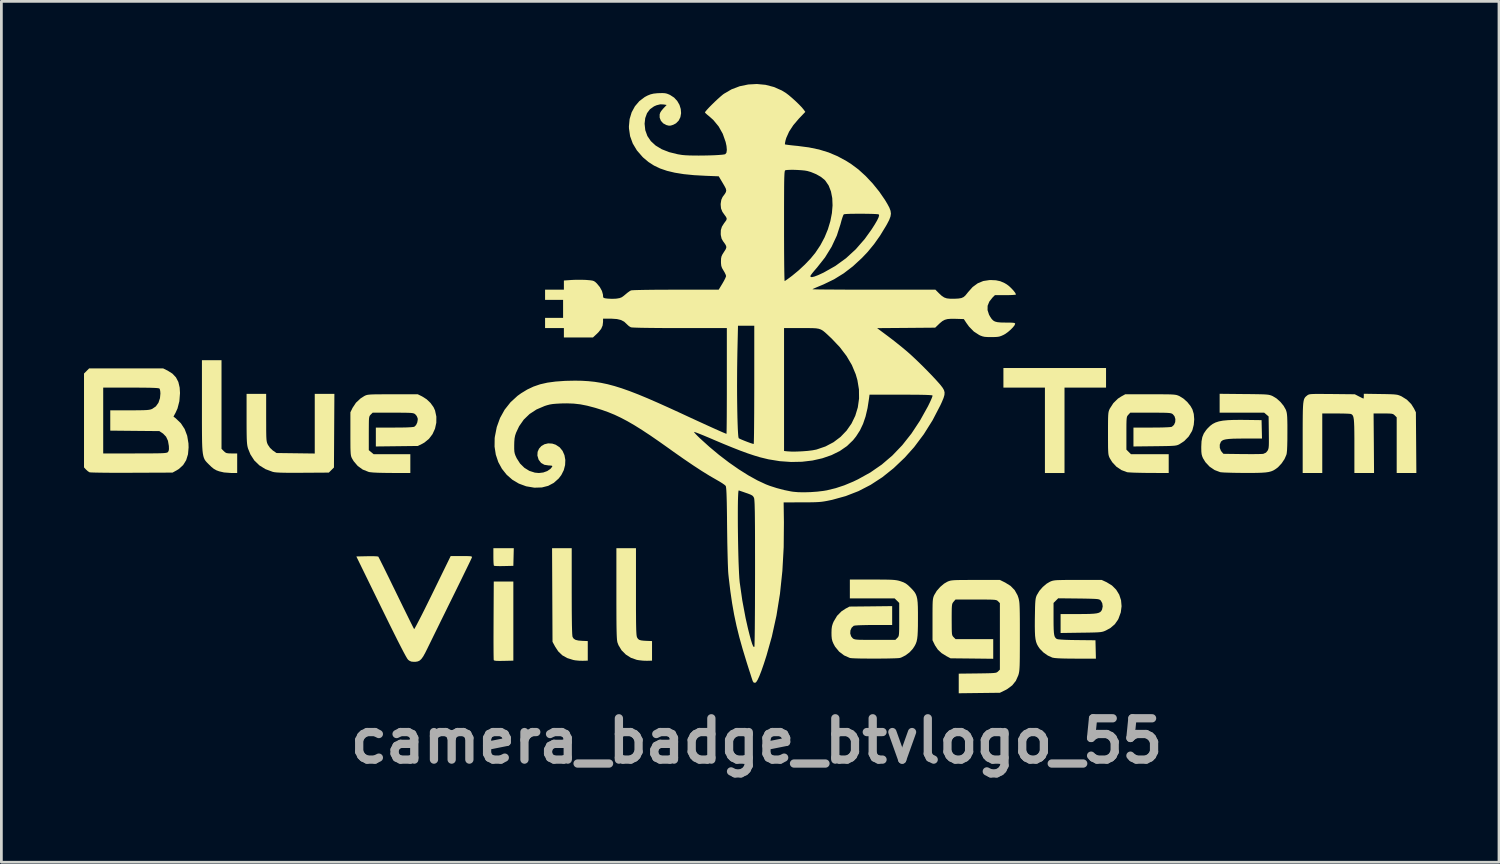
<source format=kicad_pcb>
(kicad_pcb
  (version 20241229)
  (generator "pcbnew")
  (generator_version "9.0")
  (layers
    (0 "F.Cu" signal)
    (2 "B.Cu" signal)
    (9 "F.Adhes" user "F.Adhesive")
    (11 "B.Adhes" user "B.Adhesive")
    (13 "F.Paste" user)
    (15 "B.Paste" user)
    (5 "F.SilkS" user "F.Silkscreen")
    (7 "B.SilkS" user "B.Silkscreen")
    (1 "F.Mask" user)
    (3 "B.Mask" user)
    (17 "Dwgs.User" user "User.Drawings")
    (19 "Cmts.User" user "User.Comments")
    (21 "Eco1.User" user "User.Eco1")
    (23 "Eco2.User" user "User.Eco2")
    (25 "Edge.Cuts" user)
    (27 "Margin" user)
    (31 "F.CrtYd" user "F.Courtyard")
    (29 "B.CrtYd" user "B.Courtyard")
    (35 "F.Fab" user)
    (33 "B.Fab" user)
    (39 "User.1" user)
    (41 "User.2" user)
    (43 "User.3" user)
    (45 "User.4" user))
  (footprint "camera_badge_btvlogo_55"
    (layer "F.Cu")
    (at 24.419 11.449)
    (property "Reference" "camera_badge_btvlogo_55" (at 0 12.4 0) (layer "F.Fab") (effects (font (size 1.5 1.5) (thickness 0.3))))
    (attr board_only exclude_from_pos_files exclude_from_bom)
    (fp_poly (pts (xy -8.824 5.724) (xy -8.832 6.044) (xy -9.175 6.052) (xy -9.309 6.054) (xy -9.422 6.052) (xy -9.502 6.047) (xy -9.537 6.04) (xy -9.537 6.04) (xy -9.545 6.005) (xy -9.552 5.926) (xy -9.556 5.815) (xy -9.557 5.712) (xy -9.557 5.404) (xy -9.186 5.404) (xy -8.816 5.404)) (stroke (width 0) (type solid)) (fill yes) (layer "F.SilkS"))
    (fp_poly (pts (xy 12.686 -0.782) (xy 12.686 -0.427) (xy 11.932 -0.427) (xy 11.178 -0.427) (xy 11.178 1.124) (xy 11.178 2.674) (xy 10.823 2.674) (xy 10.467 2.674) (xy 10.467 1.124) (xy 10.467 -0.427) (xy 9.713 -0.427) (xy 8.96 -0.427) (xy 8.96 -0.782) (xy 8.96 -1.138) (xy 10.823 -1.138) (xy 12.686 -1.138)) (stroke (width 0) (type solid)) (fill yes) (layer "F.SilkS"))
    (fp_poly (pts (xy -8.832 8.049) (xy -8.832 9.486) (xy -9.181 9.494) (xy -9.338 9.496) (xy -9.445 9.493) (xy -9.51 9.485) (xy -9.54 9.471) (xy -9.544 9.465) (xy -9.546 9.431) (xy -9.548 9.344) (xy -9.55 9.213) (xy -9.551 9.041) (xy -9.552 8.834) (xy -9.552 8.599) (xy -9.551 8.34) (xy -9.55 8.064) (xy -9.55 8.021) (xy -9.543 6.613) (xy -9.187 6.613) (xy -8.832 6.613)) (stroke (width 0) (type solid)) (fill yes) (layer "F.SilkS"))
    (fp_poly (pts (xy -6.713 6.982) (xy -6.712 7.369) (xy -6.711 7.701) (xy -6.708 7.98) (xy -6.705 8.207) (xy -6.7 8.384) (xy -6.695 8.512) (xy -6.688 8.593) (xy -6.681 8.628) (xy -6.638 8.691) (xy -6.571 8.732) (xy -6.469 8.756) (xy -6.329 8.767) (xy -6.13 8.775) (xy -6.13 9.13) (xy -6.13 9.486) (xy -6.314 9.491) (xy -6.444 9.488) (xy -6.58 9.475) (xy -6.656 9.461) (xy -6.877 9.392) (xy -7.056 9.291) (xy -7.201 9.151) (xy -7.312 8.983) (xy -7.41 8.803) (xy -7.418 7.104) (xy -7.426 5.404) (xy -7.069 5.404) (xy -6.713 5.404)) (stroke (width 0) (type solid)) (fill yes) (layer "F.SilkS"))
    (fp_poly (pts (xy -19.427 0.187) (xy -19.427 1.796) (xy -19.344 1.879) (xy -19.294 1.924) (xy -19.246 1.949) (xy -19.179 1.96) (xy -19.075 1.963) (xy -19.059 1.963) (xy -18.858 1.963) (xy -18.858 2.318) (xy -18.858 2.674) (xy -19.093 2.672) (xy -19.338 2.653) (xy -19.51 2.613) (xy -19.616 2.574) (xy -19.703 2.525) (xy -19.792 2.453) (xy -19.87 2.378) (xy -19.923 2.325) (xy -19.969 2.278) (xy -20.008 2.232) (xy -20.04 2.183) (xy -20.066 2.125) (xy -20.087 2.055) (xy -20.104 1.967) (xy -20.117 1.858) (xy -20.126 1.722) (xy -20.132 1.555) (xy -20.135 1.353) (xy -20.137 1.111) (xy -20.138 0.823) (xy -20.138 0.487) (xy -20.138 0.237) (xy -20.138 -1.422) (xy -19.782 -1.422) (xy -19.427 -1.422)) (stroke (width 0) (type solid)) (fill yes) (layer "F.SilkS"))
    (fp_poly (pts (xy -4.38 6.984) (xy -4.38 7.331) (xy -4.38 7.625) (xy -4.378 7.871) (xy -4.377 8.074) (xy -4.374 8.237) (xy -4.371 8.366) (xy -4.366 8.465) (xy -4.361 8.539) (xy -4.354 8.591) (xy -4.346 8.627) (xy -4.337 8.648) (xy -4.305 8.697) (xy -4.262 8.73) (xy -4.196 8.75) (xy -4.094 8.762) (xy -3.982 8.768) (xy -3.797 8.775) (xy -3.797 9.13) (xy -3.797 9.486) (xy -3.982 9.491) (xy -4.118 9.487) (xy -4.266 9.471) (xy -4.35 9.457) (xy -4.562 9.383) (xy -4.748 9.265) (xy -4.902 9.111) (xy -5.014 8.926) (xy -5.053 8.824) (xy -5.061 8.784) (xy -5.069 8.725) (xy -5.075 8.641) (xy -5.08 8.53) (xy -5.084 8.386) (xy -5.087 8.206) (xy -5.089 7.985) (xy -5.09 7.719) (xy -5.091 7.405) (xy -5.091 7.049) (xy -5.091 5.404) (xy -4.736 5.404) (xy -4.38 5.404)) (stroke (width 0) (type solid)) (fill yes) (layer "F.SilkS"))
    (fp_poly (pts (xy -17.806 0.662) (xy -17.805 0.907) (xy -17.805 1.101) (xy -17.803 1.253) (xy -17.8 1.368) (xy -17.795 1.454) (xy -17.787 1.517) (xy -17.777 1.565) (xy -17.763 1.604) (xy -17.746 1.641) (xy -17.742 1.65) (xy -17.667 1.759) (xy -17.568 1.853) (xy -17.554 1.863) (xy -17.431 1.948) (xy -16.737 1.957) (xy -16.042 1.966) (xy -16.042 0.884) (xy -16.042 -0.199) (xy -15.686 -0.199) (xy -15.329 -0.199) (xy -15.337 1.137) (xy -15.345 2.474) (xy -15.438 2.566) (xy -15.531 2.659) (xy -16.476 2.665) (xy -16.753 2.666) (xy -16.978 2.666) (xy -17.159 2.664) (xy -17.3 2.66) (xy -17.409 2.654) (xy -17.491 2.646) (xy -17.552 2.635) (xy -17.571 2.63) (xy -17.832 2.533) (xy -18.054 2.395) (xy -18.237 2.217) (xy -18.377 2) (xy -18.463 1.788) (xy -18.478 1.735) (xy -18.49 1.677) (xy -18.499 1.609) (xy -18.506 1.522) (xy -18.511 1.41) (xy -18.514 1.266) (xy -18.516 1.084) (xy -18.517 0.855) (xy -18.517 0.709) (xy -18.517 -0.199) (xy -18.161 -0.199) (xy -17.806 -0.199)) (stroke (width 0) (type solid)) (fill yes) (layer "F.SilkS"))
    (fp_poly (pts (xy -10.558 5.689) (xy -10.451 5.691) (xy -10.383 5.696) (xy -10.347 5.705) (xy -10.335 5.719) (xy -10.337 5.74) (xy -10.339 5.745) (xy -10.355 5.781) (xy -10.393 5.862) (xy -10.452 5.985) (xy -10.53 6.145) (xy -10.623 6.336) (xy -10.729 6.554) (xy -10.847 6.794) (xy -10.973 7.051) (xy -11.055 7.217) (xy -11.193 7.496) (xy -11.328 7.772) (xy -11.46 8.039) (xy -11.582 8.289) (xy -11.694 8.516) (xy -11.791 8.714) (xy -11.871 8.877) (xy -11.93 8.997) (xy -11.946 9.031) (xy -12.033 9.205) (xy -12.105 9.334) (xy -12.169 9.423) (xy -12.231 9.481) (xy -12.298 9.513) (xy -12.377 9.527) (xy -12.441 9.529) (xy -12.541 9.519) (xy -12.616 9.483) (xy -12.655 9.45) (xy -12.686 9.408) (xy -12.739 9.318) (xy -12.814 9.18) (xy -12.911 8.993) (xy -13.032 8.757) (xy -13.175 8.471) (xy -13.342 8.135) (xy -13.532 7.748) (xy -13.635 7.538) (xy -14.532 5.703) (xy -14.145 5.695) (xy -14.001 5.694) (xy -13.879 5.695) (xy -13.788 5.7) (xy -13.739 5.707) (xy -13.735 5.709) (xy -13.719 5.738) (xy -13.68 5.814) (xy -13.622 5.931) (xy -13.545 6.084) (xy -13.454 6.269) (xy -13.35 6.48) (xy -13.237 6.713) (xy -13.115 6.962) (xy -13.084 7.026) (xy -12.961 7.278) (xy -12.845 7.516) (xy -12.738 7.733) (xy -12.644 7.924) (xy -12.564 8.086) (xy -12.501 8.212) (xy -12.457 8.298) (xy -12.435 8.339) (xy -12.433 8.341) (xy -12.417 8.32) (xy -12.379 8.253) (xy -12.321 8.144) (xy -12.245 7.998) (xy -12.153 7.819) (xy -12.049 7.612) (xy -11.935 7.381) (xy -11.812 7.132) (xy -11.76 7.026) (xy -11.107 5.689) (xy -10.714 5.689)) (stroke (width 0) (type solid)) (fill yes) (layer "F.SilkS"))
    (fp_poly (pts (xy 22.648 -0.194) (xy 22.849 -0.191) (xy 23.003 -0.187) (xy 23.118 -0.182) (xy 23.203 -0.174) (xy 23.269 -0.164) (xy 23.322 -0.148) (xy 23.374 -0.127) (xy 23.413 -0.11) (xy 23.607 0.011) (xy 23.766 0.171) (xy 23.865 0.328) (xy 23.935 0.469) (xy 23.944 1.572) (xy 23.952 2.674) (xy 23.595 2.674) (xy 23.238 2.674) (xy 23.238 1.663) (xy 23.238 0.652) (xy 23.168 0.582) (xy 23.136 0.553) (xy 23.101 0.533) (xy 23.052 0.521) (xy 22.976 0.515) (xy 22.865 0.512) (xy 22.749 0.512) (xy 22.399 0.512) (xy 22.408 1.593) (xy 22.416 2.674) (xy 22.059 2.674) (xy 21.702 2.674) (xy 21.702 1.691) (xy 21.702 1.409) (xy 21.7 1.178) (xy 21.697 0.994) (xy 21.691 0.85) (xy 21.683 0.741) (xy 21.67 0.661) (xy 21.654 0.606) (xy 21.632 0.569) (xy 21.606 0.545) (xy 21.573 0.53) (xy 21.531 0.524) (xy 21.441 0.519) (xy 21.316 0.515) (xy 21.164 0.513) (xy 21.032 0.512) (xy 20.536 0.512) (xy 20.536 1.593) (xy 20.536 2.674) (xy 20.181 2.674) (xy 19.825 2.674) (xy 19.825 1.393) (xy 19.825 1.074) (xy 19.826 0.806) (xy 19.828 0.586) (xy 19.831 0.407) (xy 19.837 0.265) (xy 19.845 0.154) (xy 19.857 0.069) (xy 19.872 0.005) (xy 19.892 -0.042) (xy 19.916 -0.078) (xy 19.946 -0.108) (xy 19.982 -0.137) (xy 19.984 -0.139) (xy 20.008 -0.157) (xy 20.035 -0.171) (xy 20.07 -0.182) (xy 20.12 -0.19) (xy 20.191 -0.194) (xy 20.292 -0.197) (xy 20.428 -0.197) (xy 20.605 -0.196) (xy 20.832 -0.194) (xy 20.89 -0.194) (xy 21.717 -0.185) (xy 21.868 -0.107) (xy 21.951 -0.065) (xy 22.01 -0.037) (xy 22.032 -0.028) (xy 22.04 -0.053) (xy 22.044 -0.113) (xy 22.044 -0.116) (xy 22.044 -0.203)) (stroke (width 0) (type solid)) (fill yes) (layer "F.SilkS"))
    (fp_poly (pts (xy -12.14 -0.105) (xy -11.981 -0.004) (xy -11.84 0.13) (xy -11.73 0.282) (xy -11.675 0.402) (xy -11.627 0.626) (xy -11.629 0.849) (xy -11.676 1.064) (xy -11.766 1.262) (xy -11.895 1.432) (xy -12.06 1.568) (xy -12.139 1.613) (xy -12.302 1.692) (xy -13.063 1.701) (xy -13.824 1.71) (xy -13.824 1.367) (xy -13.824 1.024) (xy -13.153 1.024) (xy -12.914 1.023) (xy -12.718 1.019) (xy -12.568 1.012) (xy -12.469 1.003) (xy -12.426 0.993) (xy -12.364 0.933) (xy -12.32 0.839) (xy -12.302 0.736) (xy -12.306 0.684) (xy -12.342 0.601) (xy -12.395 0.54) (xy -12.42 0.522) (xy -12.45 0.509) (xy -12.494 0.499) (xy -12.557 0.492) (xy -12.647 0.488) (xy -12.772 0.485) (xy -12.938 0.484) (xy -13.152 0.484) (xy -13.203 0.484) (xy -13.94 0.484) (xy -14.01 0.553) (xy -14.033 0.578) (xy -14.05 0.603) (xy -14.062 0.638) (xy -14.071 0.69) (xy -14.076 0.767) (xy -14.078 0.878) (xy -14.079 1.029) (xy -14.08 1.229) (xy -14.08 1.233) (xy -14.08 1.844) (xy -13.992 1.917) (xy -13.904 1.991) (xy -13.238 1.991) (xy -12.572 1.991) (xy -12.572 2.332) (xy -12.572 2.674) (xy -13.262 2.672) (xy -13.533 2.669) (xy -13.755 2.664) (xy -13.924 2.655) (xy -14.04 2.643) (xy -14.082 2.635) (xy -14.299 2.549) (xy -14.482 2.418) (xy -14.631 2.242) (xy -14.685 2.151) (xy -14.704 2.114) (xy -14.718 2.076) (xy -14.729 2.029) (xy -14.737 1.967) (xy -14.742 1.882) (xy -14.746 1.768) (xy -14.747 1.615) (xy -14.748 1.418) (xy -14.748 1.252) (xy -14.748 0.469) (xy -14.669 0.308) (xy -14.546 0.122) (xy -14.379 -0.034) (xy -14.244 -0.12) (xy -14.209 -0.138) (xy -14.174 -0.152) (xy -14.132 -0.163) (xy -14.077 -0.171) (xy -14.002 -0.177) (xy -13.901 -0.181) (xy -13.767 -0.183) (xy -13.593 -0.184) (xy -13.373 -0.185) (xy -13.212 -0.185) (xy -12.302 -0.185)) (stroke (width 0) (type solid)) (fill yes) (layer "F.SilkS"))
    (fp_poly (pts (xy -21.383 -1.044) (xy -21.21 -0.935) (xy -21.081 -0.799) (xy -20.994 -0.632) (xy -20.946 -0.427) (xy -20.934 -0.228) (xy -20.957 0.068) (xy -21.025 0.331) (xy -21.096 0.488) (xy -21.171 0.625) (xy -21.088 0.689) (xy -20.903 0.867) (xy -20.765 1.078) (xy -20.673 1.321) (xy -20.627 1.597) (xy -20.622 1.746) (xy -20.644 1.994) (xy -20.71 2.208) (xy -20.82 2.385) (xy -20.973 2.526) (xy -21.052 2.575) (xy -21.205 2.659) (xy -22.684 2.665) (xy -22.97 2.666) (xy -23.24 2.666) (xy -23.489 2.665) (xy -23.71 2.663) (xy -23.899 2.66) (xy -24.049 2.657) (xy -24.155 2.653) (xy -24.212 2.649) (xy -24.22 2.647) (xy -24.278 2.61) (xy -24.342 2.552) (xy -24.348 2.547) (xy -24.419 2.47) (xy -24.419 0.766) (xy -24.419 -0.427) (xy -23.722 -0.427) (xy -23.722 0.768) (xy -23.722 1.963) (xy -22.572 1.963) (xy -22.284 1.962) (xy -22.047 1.962) (xy -21.856 1.96) (xy -21.707 1.958) (xy -21.593 1.955) (xy -21.509 1.95) (xy -21.451 1.943) (xy -21.412 1.935) (xy -21.388 1.925) (xy -21.374 1.915) (xy -21.347 1.872) (xy -21.335 1.806) (xy -21.338 1.701) (xy -21.338 1.694) (xy -21.371 1.504) (xy -21.44 1.355) (xy -21.548 1.243) (xy -21.57 1.228) (xy -21.684 1.152) (xy -22.575 1.144) (xy -23.466 1.135) (xy -23.466 0.767) (xy -23.466 0.398) (xy -22.762 0.398) (xy -22.539 0.397) (xy -22.365 0.395) (xy -22.233 0.392) (xy -22.134 0.387) (xy -22.061 0.379) (xy -22.006 0.368) (xy -21.962 0.353) (xy -21.941 0.344) (xy -21.811 0.255) (xy -21.717 0.124) (xy -21.661 -0.043) (xy -21.645 -0.212) (xy -21.652 -0.303) (xy -21.668 -0.372) (xy -21.68 -0.393) (xy -21.706 -0.402) (xy -21.765 -0.41) (xy -21.862 -0.416) (xy -21.999 -0.421) (xy -22.182 -0.424) (xy -22.413 -0.426) (xy -22.698 -0.427) (xy -22.718 -0.427) (xy -23.722 -0.427) (xy -24.419 -0.427) (xy -24.419 -0.938) (xy -24.326 -1.031) (xy -24.233 -1.124) (xy -22.889 -1.124) (xy -21.546 -1.124)) (stroke (width 0) (type solid)) (fill yes) (layer "F.SilkS"))
    (fp_poly (pts (xy 14.545 -0.185) (xy 14.746 -0.184) (xy 14.905 -0.183) (xy 15.026 -0.18) (xy 15.118 -0.175) (xy 15.188 -0.168) (xy 15.24 -0.159) (xy 15.284 -0.146) (xy 15.324 -0.13) (xy 15.351 -0.118) (xy 15.494 -0.03) (xy 15.634 0.095) (xy 15.752 0.241) (xy 15.822 0.364) (xy 15.871 0.53) (xy 15.887 0.723) (xy 15.871 0.922) (xy 15.823 1.109) (xy 15.802 1.159) (xy 15.684 1.352) (xy 15.521 1.517) (xy 15.355 1.626) (xy 15.316 1.646) (xy 15.277 1.661) (xy 15.23 1.673) (xy 15.168 1.682) (xy 15.083 1.688) (xy 14.969 1.693) (xy 14.817 1.696) (xy 14.621 1.699) (xy 14.456 1.701) (xy 13.681 1.71) (xy 13.681 1.367) (xy 13.681 1.024) (xy 14.352 1.024) (xy 14.572 1.023) (xy 14.761 1.019) (xy 14.911 1.013) (xy 15.017 1.006) (xy 15.072 0.996) (xy 15.077 0.995) (xy 15.154 0.924) (xy 15.197 0.825) (xy 15.203 0.715) (xy 15.171 0.612) (xy 15.113 0.542) (xy 15.088 0.524) (xy 15.058 0.51) (xy 15.016 0.5) (xy 14.955 0.493) (xy 14.869 0.488) (xy 14.749 0.485) (xy 14.589 0.484) (xy 14.381 0.484) (xy 14.302 0.484) (xy 13.565 0.484) (xy 13.495 0.559) (xy 13.472 0.585) (xy 13.454 0.613) (xy 13.442 0.65) (xy 13.434 0.704) (xy 13.429 0.783) (xy 13.426 0.897) (xy 13.425 1.051) (xy 13.425 1.229) (xy 13.425 1.825) (xy 13.508 1.908) (xy 13.592 1.991) (xy 14.276 1.991) (xy 14.961 1.991) (xy 14.961 2.332) (xy 14.961 2.674) (xy 14.257 2.671) (xy 14.056 2.669) (xy 13.869 2.665) (xy 13.704 2.661) (xy 13.572 2.654) (xy 13.48 2.648) (xy 13.446 2.643) (xy 13.244 2.567) (xy 13.062 2.444) (xy 12.911 2.282) (xy 12.823 2.139) (xy 12.803 2.097) (xy 12.788 2.056) (xy 12.776 2.008) (xy 12.768 1.945) (xy 12.763 1.861) (xy 12.759 1.748) (xy 12.758 1.598) (xy 12.757 1.404) (xy 12.757 1.237) (xy 12.757 1.008) (xy 12.758 0.827) (xy 12.76 0.689) (xy 12.764 0.586) (xy 12.77 0.509) (xy 12.779 0.452) (xy 12.792 0.407) (xy 12.808 0.367) (xy 12.822 0.337) (xy 12.953 0.134) (xy 13.118 -0.027) (xy 13.23 -0.1) (xy 13.383 -0.185) (xy 14.293 -0.185)) (stroke (width 0) (type solid)) (fill yes) (layer "F.SilkS"))
    (fp_poly (pts (xy 4.448 6.542) (xy 4.641 6.543) (xy 4.792 6.546) (xy 4.91 6.55) (xy 5.001 6.557) (xy 5.074 6.566) (xy 5.137 6.578) (xy 5.196 6.594) (xy 5.222 6.602) (xy 5.329 6.64) (xy 5.415 6.685) (xy 5.499 6.749) (xy 5.592 6.838) (xy 5.668 6.917) (xy 5.728 6.989) (xy 5.773 7.062) (xy 5.807 7.145) (xy 5.831 7.245) (xy 5.846 7.37) (xy 5.854 7.528) (xy 5.857 7.727) (xy 5.857 7.974) (xy 5.857 7.991) (xy 5.856 8.23) (xy 5.851 8.421) (xy 5.843 8.573) (xy 5.829 8.693) (xy 5.809 8.789) (xy 5.779 8.872) (xy 5.74 8.949) (xy 5.689 9.028) (xy 5.668 9.058) (xy 5.555 9.182) (xy 5.411 9.291) (xy 5.258 9.369) (xy 5.206 9.387) (xy 5.151 9.394) (xy 5.049 9.4) (xy 4.909 9.404) (xy 4.739 9.408) (xy 4.549 9.41) (xy 4.347 9.412) (xy 4.144 9.411) (xy 3.947 9.41) (xy 3.765 9.408) (xy 3.609 9.404) (xy 3.487 9.399) (xy 3.407 9.392) (xy 3.385 9.388) (xy 3.174 9.295) (xy 2.993 9.156) (xy 2.848 8.978) (xy 2.791 8.874) (xy 2.752 8.781) (xy 2.73 8.693) (xy 2.72 8.589) (xy 2.718 8.476) (xy 2.722 8.34) (xy 2.736 8.237) (xy 2.764 8.144) (xy 2.798 8.064) (xy 2.921 7.858) (xy 3.083 7.694) (xy 3.228 7.599) (xy 3.371 7.523) (xy 4.146 7.515) (xy 4.921 7.506) (xy 4.921 7.849) (xy 4.921 8.192) (xy 4.25 8.192) (xy 4.03 8.193) (xy 3.841 8.197) (xy 3.691 8.202) (xy 3.585 8.21) (xy 3.53 8.219) (xy 3.525 8.221) (xy 3.448 8.292) (xy 3.405 8.391) (xy 3.399 8.501) (xy 3.431 8.604) (xy 3.489 8.674) (xy 3.514 8.692) (xy 3.544 8.705) (xy 3.586 8.716) (xy 3.647 8.723) (xy 3.733 8.728) (xy 3.853 8.73) (xy 4.013 8.732) (xy 4.221 8.732) (xy 4.3 8.732) (xy 5.037 8.732) (xy 5.107 8.662) (xy 5.13 8.638) (xy 5.147 8.612) (xy 5.16 8.577) (xy 5.168 8.524) (xy 5.173 8.446) (xy 5.176 8.335) (xy 5.177 8.182) (xy 5.177 7.992) (xy 5.177 7.391) (xy 5.094 7.308) (xy 5.01 7.225) (xy 4.198 7.225) (xy 3.385 7.225) (xy 3.385 6.883) (xy 3.385 6.542) (xy 4.207 6.542)) (stroke (width 0) (type solid)) (fill yes) (layer "F.SilkS"))
    (fp_poly (pts (xy 12.707 6.638) (xy 12.901 6.757) (xy 13.054 6.91) (xy 13.165 7.091) (xy 13.231 7.294) (xy 13.25 7.51) (xy 13.221 7.734) (xy 13.14 7.957) (xy 13.118 8.002) (xy 13.003 8.165) (xy 12.848 8.298) (xy 12.687 8.387) (xy 12.638 8.409) (xy 12.591 8.427) (xy 12.54 8.44) (xy 12.477 8.45) (xy 12.393 8.457) (xy 12.28 8.462) (xy 12.132 8.466) (xy 11.94 8.469) (xy 11.783 8.471) (xy 11.036 8.482) (xy 11.036 8.138) (xy 11.036 7.794) (xy 11.677 7.794) (xy 11.913 7.793) (xy 12.099 7.789) (xy 12.242 7.781) (xy 12.348 7.768) (xy 12.423 7.748) (xy 12.476 7.721) (xy 12.512 7.684) (xy 12.538 7.636) (xy 12.542 7.627) (xy 12.565 7.514) (xy 12.548 7.399) (xy 12.496 7.306) (xy 12.483 7.293) (xy 12.461 7.276) (xy 12.431 7.263) (xy 12.386 7.253) (xy 12.319 7.246) (xy 12.223 7.241) (xy 12.091 7.237) (xy 11.916 7.233) (xy 11.691 7.23) (xy 11.686 7.23) (xy 10.949 7.222) (xy 10.865 7.306) (xy 10.78 7.391) (xy 10.78 7.961) (xy 10.781 8.177) (xy 10.785 8.345) (xy 10.793 8.47) (xy 10.806 8.56) (xy 10.826 8.622) (xy 10.854 8.664) (xy 10.89 8.693) (xy 10.904 8.701) (xy 10.955 8.712) (xy 11.06 8.722) (xy 11.213 8.73) (xy 11.412 8.736) (xy 11.633 8.739) (xy 12.302 8.746) (xy 12.31 9.081) (xy 12.318 9.415) (xy 11.584 9.413) (xy 11.317 9.411) (xy 11.103 9.407) (xy 10.939 9.4) (xy 10.82 9.39) (xy 10.745 9.377) (xy 10.734 9.374) (xy 10.574 9.302) (xy 10.418 9.193) (xy 10.289 9.063) (xy 10.27 9.039) (xy 10.218 8.963) (xy 10.177 8.887) (xy 10.147 8.805) (xy 10.125 8.706) (xy 10.11 8.585) (xy 10.103 8.432) (xy 10.1 8.241) (xy 10.101 8.002) (xy 10.102 7.928) (xy 10.106 7.71) (xy 10.109 7.54) (xy 10.114 7.411) (xy 10.121 7.315) (xy 10.13 7.243) (xy 10.142 7.188) (xy 10.158 7.141) (xy 10.174 7.105) (xy 10.264 6.954) (xy 10.389 6.811) (xy 10.53 6.691) (xy 10.646 6.623) (xy 10.689 6.604) (xy 10.731 6.589) (xy 10.779 6.578) (xy 10.838 6.569) (xy 10.917 6.563) (xy 11.023 6.56) (xy 11.162 6.557) (xy 11.341 6.556) (xy 11.567 6.556) (xy 11.662 6.556) (xy 12.529 6.556)) (stroke (width 0) (type solid)) (fill yes) (layer "F.SilkS"))
    (fp_poly (pts (xy 17.699 -0.193) (xy 17.948 -0.191) (xy 18.147 -0.188) (xy 18.303 -0.185) (xy 18.422 -0.181) (xy 18.513 -0.175) (xy 18.581 -0.167) (xy 18.633 -0.156) (xy 18.677 -0.143) (xy 18.719 -0.125) (xy 18.736 -0.118) (xy 18.878 -0.032) (xy 19.015 0.091) (xy 19.132 0.233) (xy 19.213 0.376) (xy 19.216 0.384) (xy 19.233 0.435) (xy 19.247 0.491) (xy 19.256 0.559) (xy 19.263 0.648) (xy 19.267 0.767) (xy 19.27 0.922) (xy 19.27 1.124) (xy 19.27 1.209) (xy 19.269 1.474) (xy 19.264 1.685) (xy 19.257 1.845) (xy 19.246 1.955) (xy 19.234 2.01) (xy 19.166 2.166) (xy 19.062 2.322) (xy 18.938 2.456) (xy 18.892 2.494) (xy 18.822 2.544) (xy 18.753 2.584) (xy 18.678 2.614) (xy 18.589 2.637) (xy 18.478 2.653) (xy 18.339 2.663) (xy 18.165 2.669) (xy 17.947 2.671) (xy 17.708 2.671) (xy 17.498 2.669) (xy 17.302 2.666) (xy 17.129 2.661) (xy 16.986 2.656) (xy 16.884 2.649) (xy 16.831 2.643) (xy 16.629 2.567) (xy 16.447 2.444) (xy 16.295 2.282) (xy 16.207 2.139) (xy 16.176 2.065) (xy 16.156 1.991) (xy 16.146 1.899) (xy 16.143 1.773) (xy 16.143 1.721) (xy 16.152 1.526) (xy 16.181 1.37) (xy 16.235 1.238) (xy 16.321 1.113) (xy 16.38 1.045) (xy 16.466 0.961) (xy 16.557 0.893) (xy 16.66 0.84) (xy 16.782 0.8) (xy 16.93 0.772) (xy 17.111 0.755) (xy 17.331 0.746) (xy 17.598 0.745) (xy 17.735 0.746) (xy 18.332 0.754) (xy 18.34 1.088) (xy 18.348 1.422) (xy 17.728 1.422) (xy 17.487 1.424) (xy 17.295 1.428) (xy 17.148 1.437) (xy 17.037 1.451) (xy 16.957 1.47) (xy 16.901 1.497) (xy 16.863 1.531) (xy 16.854 1.543) (xy 16.814 1.645) (xy 16.816 1.76) (xy 16.857 1.868) (xy 16.879 1.897) (xy 16.947 1.977) (xy 17.625 1.986) (xy 17.822 1.987) (xy 18.004 1.988) (xy 18.162 1.986) (xy 18.288 1.984) (xy 18.371 1.98) (xy 18.397 1.977) (xy 18.492 1.934) (xy 18.547 1.869) (xy 18.566 1.834) (xy 18.58 1.795) (xy 18.59 1.742) (xy 18.596 1.668) (xy 18.598 1.564) (xy 18.598 1.422) (xy 18.596 1.232) (xy 18.596 1.199) (xy 18.588 0.621) (xy 18.508 0.552) (xy 18.428 0.484) (xy 17.619 0.484) (xy 16.81 0.484) (xy 16.81 0.141) (xy 16.81 -0.202)) (stroke (width 0) (type solid)) (fill yes) (layer "F.SilkS"))
    (fp_poly (pts (xy 9.023 6.65) (xy 9.219 6.772) (xy 9.368 6.925) (xy 9.472 7.11) (xy 9.5 7.189) (xy 9.514 7.237) (xy 9.525 7.286) (xy 9.535 7.343) (xy 9.542 7.412) (xy 9.547 7.501) (xy 9.551 7.614) (xy 9.554 7.758) (xy 9.556 7.939) (xy 9.557 8.161) (xy 9.557 8.431) (xy 9.557 8.604) (xy 9.557 8.903) (xy 9.556 9.152) (xy 9.555 9.355) (xy 9.553 9.518) (xy 9.55 9.648) (xy 9.545 9.749) (xy 9.539 9.829) (xy 9.531 9.892) (xy 9.521 9.945) (xy 9.508 9.993) (xy 9.5 10.019) (xy 9.412 10.218) (xy 9.281 10.382) (xy 9.102 10.516) (xy 9.023 10.559) (xy 8.833 10.652) (xy 8.086 10.661) (xy 7.338 10.67) (xy 7.338 10.314) (xy 7.338 9.958) (xy 8.02 9.95) (xy 8.235 9.947) (xy 8.399 9.944) (xy 8.522 9.94) (xy 8.61 9.934) (xy 8.67 9.927) (xy 8.711 9.916) (xy 8.738 9.901) (xy 8.761 9.882) (xy 8.767 9.876) (xy 8.832 9.811) (xy 8.832 8.604) (xy 8.832 7.397) (xy 8.767 7.332) (xy 8.746 7.312) (xy 8.722 7.297) (xy 8.689 7.286) (xy 8.639 7.278) (xy 8.566 7.273) (xy 8.461 7.269) (xy 8.319 7.268) (xy 8.133 7.267) (xy 7.961 7.267) (xy 7.22 7.267) (xy 7.151 7.347) (xy 7.128 7.376) (xy 7.11 7.406) (xy 7.098 7.446) (xy 7.09 7.504) (xy 7.085 7.588) (xy 7.083 7.707) (xy 7.082 7.87) (xy 7.082 7.995) (xy 7.083 8.189) (xy 7.084 8.333) (xy 7.087 8.438) (xy 7.092 8.51) (xy 7.102 8.558) (xy 7.116 8.591) (xy 7.135 8.616) (xy 7.152 8.634) (xy 7.222 8.704) (xy 7.906 8.704) (xy 8.59 8.704) (xy 8.59 9.061) (xy 8.59 9.418) (xy 7.815 9.409) (xy 7.04 9.401) (xy 6.891 9.322) (xy 6.713 9.211) (xy 6.579 9.085) (xy 6.478 8.934) (xy 6.465 8.908) (xy 6.386 8.746) (xy 6.386 7.993) (xy 6.386 7.764) (xy 6.387 7.586) (xy 6.389 7.448) (xy 6.393 7.345) (xy 6.4 7.269) (xy 6.41 7.211) (xy 6.423 7.165) (xy 6.44 7.122) (xy 6.448 7.105) (xy 6.538 6.954) (xy 6.663 6.811) (xy 6.804 6.691) (xy 6.92 6.623) (xy 6.963 6.604) (xy 7.005 6.59) (xy 7.051 6.578) (xy 7.111 6.57) (xy 7.189 6.564) (xy 7.293 6.56) (xy 7.431 6.558) (xy 7.608 6.557) (xy 7.832 6.556) (xy 7.951 6.556) (xy 8.833 6.556)) (stroke (width 0) (type solid)) (fill yes) (layer "F.SilkS"))
    (fp_poly (pts (xy 0.326 -11.419) (xy 0.629 -11.34) (xy 0.915 -11.214) (xy 1.07 -11.118) (xy 1.171 -11.041) (xy 1.292 -10.938) (xy 1.419 -10.823) (xy 1.54 -10.706) (xy 1.642 -10.6) (xy 1.711 -10.516) (xy 1.711 -10.516) (xy 1.768 -10.437) (xy 1.53 -10.187) (xy 1.331 -9.953) (xy 1.179 -9.72) (xy 1.077 -9.493) (xy 1.051 -9.407) (xy 1.034 -9.326) (xy 1.027 -9.27) (xy 1.03 -9.257) (xy 1.061 -9.25) (xy 1.139 -9.239) (xy 1.254 -9.225) (xy 1.395 -9.21) (xy 1.481 -9.202) (xy 1.896 -9.148) (xy 2.268 -9.071) (xy 2.612 -8.965) (xy 2.937 -8.828) (xy 3.258 -8.654) (xy 3.436 -8.541) (xy 3.696 -8.347) (xy 3.958 -8.109) (xy 4.213 -7.838) (xy 4.45 -7.545) (xy 4.659 -7.242) (xy 4.748 -7.093) (xy 4.82 -6.959) (xy 4.862 -6.846) (xy 4.876 -6.742) (xy 4.859 -6.635) (xy 4.812 -6.511) (xy 4.732 -6.358) (xy 4.695 -6.293) (xy 4.481 -5.942) (xy 4.263 -5.634) (xy 4.031 -5.352) (xy 3.825 -5.135) (xy 3.496 -4.831) (xy 3.163 -4.576) (xy 2.814 -4.36) (xy 2.435 -4.176) (xy 2.342 -4.137) (xy 2.222 -4.087) (xy 2.121 -4.044) (xy 2.052 -4.013) (xy 2.027 -3.999) (xy 2.052 -3.996) (xy 2.13 -3.994) (xy 2.256 -3.991) (xy 2.426 -3.989) (xy 2.636 -3.987) (xy 2.882 -3.986) (xy 3.159 -3.984) (xy 3.463 -3.983) (xy 3.79 -3.982) (xy 4.136 -3.982) (xy 4.251 -3.982) (xy 6.491 -3.982) (xy 6.621 -3.851) (xy 6.719 -3.76) (xy 6.809 -3.7) (xy 6.907 -3.666) (xy 7.03 -3.653) (xy 7.187 -3.653) (xy 7.33 -3.661) (xy 7.433 -3.678) (xy 7.51 -3.712) (xy 7.578 -3.77) (xy 7.653 -3.862) (xy 7.674 -3.889) (xy 7.842 -4.078) (xy 8.026 -4.213) (xy 8.229 -4.297) (xy 8.456 -4.331) (xy 8.501 -4.332) (xy 8.691 -4.323) (xy 8.85 -4.288) (xy 9.001 -4.222) (xy 9.082 -4.174) (xy 9.16 -4.116) (xy 9.243 -4.038) (xy 9.321 -3.955) (xy 9.381 -3.878) (xy 9.413 -3.82) (xy 9.415 -3.807) (xy 9.388 -3.798) (xy 9.315 -3.791) (xy 9.206 -3.786) (xy 9.071 -3.783) (xy 9.033 -3.783) (xy 8.651 -3.783) (xy 8.563 -3.695) (xy 8.447 -3.548) (xy 8.387 -3.398) (xy 8.384 -3.241) (xy 8.437 -3.076) (xy 8.477 -3.004) (xy 8.531 -2.923) (xy 8.586 -2.865) (xy 8.652 -2.826) (xy 8.741 -2.803) (xy 8.862 -2.791) (xy 9.027 -2.788) (xy 9.081 -2.788) (xy 9.218 -2.786) (xy 9.308 -2.782) (xy 9.36 -2.773) (xy 9.383 -2.758) (xy 9.386 -2.744) (xy 9.364 -2.689) (xy 9.306 -2.615) (xy 9.223 -2.53) (xy 9.127 -2.447) (xy 9.028 -2.376) (xy 8.963 -2.34) (xy 8.881 -2.303) (xy 8.807 -2.279) (xy 8.724 -2.267) (xy 8.613 -2.262) (xy 8.519 -2.261) (xy 8.38 -2.263) (xy 8.281 -2.27) (xy 8.203 -2.287) (xy 8.128 -2.314) (xy 8.078 -2.338) (xy 7.886 -2.463) (xy 7.712 -2.641) (xy 7.614 -2.776) (xy 7.523 -2.915) (xy 7.218 -2.924) (xy 7.052 -2.925) (xy 6.928 -2.915) (xy 6.831 -2.888) (xy 6.744 -2.841) (xy 6.654 -2.767) (xy 6.605 -2.72) (xy 6.483 -2.603) (xy 5.429 -2.594) (xy 4.375 -2.586) (xy 4.769 -2.292) (xy 4.931 -2.169) (xy 5.107 -2.03) (xy 5.28 -1.891) (xy 5.43 -1.766) (xy 5.475 -1.728) (xy 5.627 -1.592) (xy 5.8 -1.43) (xy 5.984 -1.251) (xy 6.169 -1.066) (xy 6.345 -0.885) (xy 6.503 -0.717) (xy 6.633 -0.572) (xy 6.679 -0.518) (xy 6.754 -0.42) (xy 6.802 -0.336) (xy 6.824 -0.254) (xy 6.819 -0.162) (xy 6.787 -0.051) (xy 6.728 0.092) (xy 6.672 0.213) (xy 6.388 0.759) (xy 6.069 1.267) (xy 5.718 1.735) (xy 5.378 2.115) (xy 4.975 2.498) (xy 4.564 2.827) (xy 4.14 3.103) (xy 3.699 3.331) (xy 3.236 3.511) (xy 2.748 3.646) (xy 2.677 3.661) (xy 2.556 3.686) (xy 2.45 3.705) (xy 2.349 3.719) (xy 2.24 3.728) (xy 2.113 3.734) (xy 1.957 3.737) (xy 1.76 3.739) (xy 1.65 3.739) (xy 0.981 3.74) (xy 0.991 4.466) (xy 0.983 5.367) (xy 0.935 6.23) (xy 0.848 7.058) (xy 0.72 7.852) (xy 0.552 8.616) (xy 0.359 9.301) (xy 0.262 9.603) (xy 0.176 9.85) (xy 0.102 10.041) (xy 0.039 10.179) (xy -0.013 10.262) (xy -0.053 10.291) (xy -0.108 10.28) (xy -0.141 10.229) (xy -0.157 10.182) (xy -0.188 10.089) (xy -0.229 9.959) (xy -0.28 9.802) (xy -0.336 9.625) (xy -0.368 9.523) (xy -0.509 9.06) (xy -0.629 8.631) (xy -0.73 8.222) (xy -0.816 7.818) (xy -0.889 7.405) (xy -0.953 6.969) (xy -1.01 6.494) (xy -1.026 6.343) (xy -1.033 6.254) (xy -1.039 6.116) (xy -1.046 5.934) (xy -1.052 5.717) (xy -1.058 5.471) (xy -1.064 5.202) (xy -1.068 4.919) (xy -1.072 4.628) (xy -1.072 4.622) (xy -1.075 4.334) (xy -0.682 4.334) (xy -0.681 4.59) (xy -0.678 4.855) (xy -0.674 5.124) (xy -0.669 5.391) (xy -0.663 5.649) (xy -0.656 5.894) (xy -0.647 6.118) (xy -0.638 6.316) (xy -0.628 6.483) (xy -0.617 6.611) (xy -0.614 6.642) (xy -0.52 7.299) (xy -0.4 7.939) (xy -0.314 8.32) (xy -0.254 8.559) (xy -0.204 8.743) (xy -0.162 8.876) (xy -0.128 8.958) (xy -0.1 8.992) (xy -0.082 8.983) (xy -0.078 8.95) (xy -0.075 8.864) (xy -0.072 8.729) (xy -0.069 8.549) (xy -0.066 8.328) (xy -0.064 8.071) (xy -0.062 7.781) (xy -0.06 7.462) (xy -0.059 7.119) (xy -0.058 6.755) (xy -0.057 6.374) (xy -0.057 6.306) (xy -0.057 5.845) (xy -0.058 5.437) (xy -0.058 5.08) (xy -0.059 4.77) (xy -0.061 4.504) (xy -0.063 4.279) (xy -0.065 4.092) (xy -0.069 3.939) (xy -0.072 3.817) (xy -0.077 3.724) (xy -0.082 3.655) (xy -0.087 3.608) (xy -0.094 3.579) (xy -0.095 3.575) (xy -0.121 3.528) (xy -0.158 3.491) (xy -0.22 3.458) (xy -0.319 3.419) (xy -0.373 3.401) (xy -0.484 3.362) (xy -0.578 3.33) (xy -0.638 3.309) (xy -0.65 3.305) (xy -0.659 3.329) (xy -0.667 3.403) (xy -0.673 3.523) (xy -0.678 3.682) (xy -0.681 3.874) (xy -0.682 4.093) (xy -0.682 4.334) (xy -1.075 4.334) (xy -1.075 4.285) (xy -1.079 4) (xy -1.083 3.764) (xy -1.088 3.573) (xy -1.093 3.422) (xy -1.099 3.308) (xy -1.106 3.226) (xy -1.113 3.172) (xy -1.122 3.143) (xy -1.124 3.14) (xy -1.163 3.104) (xy -1.241 3.049) (xy -1.347 2.983) (xy -1.469 2.913) (xy -1.708 2.775) (xy -1.988 2.602) (xy -2.303 2.396) (xy -2.653 2.158) (xy -3.032 1.892) (xy -3.157 1.802) (xy -3.527 1.54) (xy -3.86 1.31) (xy -4.055 1.182) (xy -2.272 1.182) (xy -2.259 1.206) (xy -2.212 1.26) (xy -2.138 1.336) (xy -2.061 1.411) (xy -1.715 1.724) (xy -1.36 2.02) (xy -1.001 2.294) (xy -0.645 2.542) (xy -0.299 2.76) (xy 0.03 2.942) (xy 0.336 3.085) (xy 0.476 3.139) (xy 0.731 3.221) (xy 0.997 3.291) (xy 1.247 3.342) (xy 1.326 3.354) (xy 1.508 3.37) (xy 1.726 3.374) (xy 1.963 3.367) (xy 2.201 3.35) (xy 2.42 3.324) (xy 2.551 3.302) (xy 2.87 3.224) (xy 3.182 3.121) (xy 3.506 2.986) (xy 3.683 2.901) (xy 4.129 2.654) (xy 4.544 2.367) (xy 4.929 2.038) (xy 5.287 1.664) (xy 5.62 1.243) (xy 5.931 0.772) (xy 6.221 0.251) (xy 6.233 0.226) (xy 6.295 0.099) (xy 6.344 -0.01) (xy 6.377 -0.093) (xy 6.387 -0.137) (xy 6.386 -0.141) (xy 6.352 -0.15) (xy 6.261 -0.157) (xy 6.113 -0.163) (xy 5.908 -0.167) (xy 5.647 -0.169) (xy 5.328 -0.171) (xy 5.234 -0.171) (xy 4.099 -0.171) (xy 4.082 -0.036) (xy 4.027 0.317) (xy 3.955 0.623) (xy 3.864 0.89) (xy 3.751 1.128) (xy 3.612 1.344) (xy 3.501 1.483) (xy 3.281 1.695) (xy 3.019 1.876) (xy 2.719 2.024) (xy 2.387 2.139) (xy 2.028 2.22) (xy 1.648 2.265) (xy 1.251 2.273) (xy 0.843 2.244) (xy 0.43 2.177) (xy 0.123 2.102) (xy -0.09 2.038) (xy -0.324 1.96) (xy -0.558 1.874) (xy 0.996 1.874) (xy 1.116 1.887) (xy 1.269 1.896) (xy 1.454 1.895) (xy 1.655 1.886) (xy 1.853 1.871) (xy 2.031 1.849) (xy 2.171 1.822) (xy 2.174 1.821) (xy 2.499 1.71) (xy 2.791 1.556) (xy 3.047 1.363) (xy 3.266 1.135) (xy 3.445 0.878) (xy 3.582 0.595) (xy 3.674 0.291) (xy 3.719 -0.029) (xy 3.715 -0.361) (xy 3.659 -0.7) (xy 3.598 -0.911) (xy 3.457 -1.248) (xy 3.265 -1.574) (xy 3.021 -1.894) (xy 2.723 -2.209) (xy 2.681 -2.248) (xy 2.57 -2.353) (xy 2.481 -2.434) (xy 2.406 -2.494) (xy 2.333 -2.536) (xy 2.254 -2.563) (xy 2.158 -2.579) (xy 2.037 -2.586) (xy 1.88 -2.588) (xy 1.678 -2.588) (xy 1.628 -2.588) (xy 0.996 -2.588) (xy 0.996 -0.357) (xy 0.996 1.874) (xy -0.558 1.874) (xy -0.584 1.865) (xy -0.876 1.75) (xy -1.207 1.615) (xy -1.583 1.456) (xy -1.59 1.452) (xy -1.772 1.375) (xy -1.935 1.307) (xy -2.074 1.251) (xy -2.181 1.21) (xy -2.25 1.186) (xy -2.272 1.182) (xy -4.055 1.182) (xy -4.16 1.112) (xy -4.434 0.941) (xy -4.688 0.794) (xy -4.927 0.668) (xy -5.157 0.559) (xy -5.384 0.466) (xy -5.613 0.384) (xy -5.85 0.31) (xy -5.875 0.303) (xy -6.152 0.23) (xy -6.399 0.181) (xy -6.636 0.154) (xy -6.883 0.145) (xy -7.085 0.148) (xy -7.26 0.157) (xy -7.394 0.168) (xy -7.506 0.186) (xy -7.61 0.213) (xy -7.694 0.24) (xy -7.989 0.366) (xy -8.242 0.531) (xy -8.453 0.734) (xy -8.622 0.976) (xy -8.732 1.209) (xy -8.767 1.312) (xy -8.788 1.417) (xy -8.798 1.545) (xy -8.801 1.664) (xy -8.801 1.799) (xy -8.795 1.896) (xy -8.78 1.972) (xy -8.753 2.047) (xy -8.71 2.139) (xy -8.71 2.139) (xy -8.588 2.33) (xy -8.432 2.484) (xy -8.251 2.596) (xy -8.051 2.66) (xy -7.905 2.674) (xy -7.746 2.655) (xy -7.601 2.603) (xy -7.486 2.525) (xy -7.423 2.446) (xy -7.418 2.42) (xy -7.445 2.406) (xy -7.514 2.4) (xy -7.551 2.399) (xy -7.706 2.375) (xy -7.825 2.307) (xy -7.911 2.194) (xy -7.918 2.179) (xy -7.959 2.038) (xy -7.951 1.906) (xy -7.9 1.79) (xy -7.815 1.695) (xy -7.701 1.629) (xy -7.567 1.597) (xy -7.419 1.606) (xy -7.295 1.646) (xy -7.151 1.74) (xy -7.045 1.87) (xy -6.976 2.026) (xy -6.945 2.2) (xy -6.953 2.384) (xy -7.001 2.57) (xy -7.09 2.747) (xy -7.186 2.873) (xy -7.364 3.032) (xy -7.567 3.14) (xy -7.796 3.198) (xy -8.052 3.206) (xy -8.078 3.205) (xy -8.367 3.156) (xy -8.632 3.058) (xy -8.869 2.917) (xy -9.075 2.736) (xy -9.246 2.521) (xy -9.379 2.277) (xy -9.469 2.007) (xy -9.514 1.716) (xy -9.51 1.41) (xy -9.504 1.361) (xy -9.434 1.006) (xy -9.315 0.676) (xy -9.148 0.375) (xy -8.935 0.106) (xy -8.68 -0.128) (xy -8.549 -0.222) (xy -8.327 -0.357) (xy -8.101 -0.464) (xy -7.86 -0.547) (xy -7.595 -0.607) (xy -7.298 -0.647) (xy -6.958 -0.671) (xy -6.849 -0.674) (xy -6.591 -0.679) (xy -6.346 -0.675) (xy -6.111 -0.661) (xy -5.88 -0.637) (xy -5.648 -0.6) (xy -5.41 -0.55) (xy -5.162 -0.484) (xy -4.898 -0.402) (xy -4.613 -0.301) (xy -4.303 -0.181) (xy -3.962 -0.04) (xy -3.586 0.124) (xy -3.17 0.311) (xy -2.708 0.523) (xy -2.702 0.526) (xy -2.431 0.652) (xy -2.172 0.771) (xy -1.93 0.882) (xy -1.709 0.983) (xy -1.514 1.071) (xy -1.35 1.144) (xy -1.223 1.2) (xy -1.136 1.236) (xy -1.096 1.251) (xy -1.094 1.252) (xy -1.092 1.224) (xy -1.09 1.144) (xy -1.088 1.016) (xy -1.086 0.846) (xy -1.084 0.637) (xy -1.083 0.394) (xy -1.082 0.123) (xy -1.081 -0.173) (xy -1.081 -0.48) (xy -0.71 -0.48) (xy -0.709 -0.174) (xy -0.706 0.12) (xy -0.702 0.397) (xy -0.697 0.651) (xy -0.69 0.878) (xy -0.683 1.071) (xy -0.674 1.226) (xy -0.665 1.337) (xy -0.654 1.399) (xy -0.649 1.41) (xy -0.611 1.432) (xy -0.533 1.466) (xy -0.433 1.507) (xy -0.324 1.549) (xy -0.223 1.586) (xy -0.144 1.611) (xy -0.107 1.62) (xy -0.103 1.592) (xy -0.1 1.512) (xy -0.097 1.384) (xy -0.094 1.212) (xy -0.092 1.001) (xy -0.09 0.755) (xy -0.088 0.478) (xy -0.087 0.175) (xy -0.086 -0.15) (xy -0.085 -0.492) (xy -0.085 -0.526) (xy -0.085 -2.674) (xy -0.381 -2.674) (xy -0.676 -2.674) (xy -0.698 -1.714) (xy -0.703 -1.414) (xy -0.707 -1.105) (xy -0.709 -0.792) (xy -0.71 -0.48) (xy -1.081 -0.48) (xy -1.081 -0.489) (xy -1.081 -0.668) (xy -1.081 -2.588) (xy -2.786 -2.588) (xy -3.163 -2.589) (xy -3.501 -2.59) (xy -3.797 -2.593) (xy -4.049 -2.596) (xy -4.254 -2.6) (xy -4.41 -2.605) (xy -4.514 -2.61) (xy -4.564 -2.616) (xy -4.565 -2.617) (xy -4.635 -2.658) (xy -4.704 -2.721) (xy -4.71 -2.728) (xy -4.807 -2.819) (xy -4.924 -2.881) (xy -5.072 -2.916) (xy -5.262 -2.929) (xy -5.299 -2.93) (xy -5.575 -2.93) (xy -5.575 -2.815) (xy -5.591 -2.681) (xy -5.643 -2.561) (xy -5.739 -2.44) (xy -5.797 -2.382) (xy -5.942 -2.247) (xy -6.47 -2.247) (xy -6.997 -2.247) (xy -6.997 -2.418) (xy -6.997 -2.588) (xy -7.338 -2.588) (xy -7.68 -2.588) (xy -7.68 -2.773) (xy -7.68 -2.958) (xy -7.353 -2.958) (xy -7.026 -2.958) (xy -7.026 -3.285) (xy -7.026 -3.612) (xy -7.353 -3.612) (xy -7.68 -3.612) (xy -7.68 -3.797) (xy -7.68 -3.982) (xy -7.338 -3.982) (xy -6.997 -3.982) (xy -6.997 -4.149) (xy -6.997 -4.315) (xy -6.715 -4.335) (xy -6.552 -4.342) (xy -6.372 -4.342) (xy -6.208 -4.337) (xy -6.17 -4.334) (xy -6.045 -4.324) (xy -5.962 -4.312) (xy -5.905 -4.293) (xy -5.857 -4.261) (xy -5.804 -4.211) (xy -5.796 -4.203) (xy -5.691 -4.075) (xy -5.615 -3.935) (xy -5.578 -3.802) (xy -5.576 -3.765) (xy -5.572 -3.715) (xy -5.555 -3.687) (xy -5.509 -3.671) (xy -5.421 -3.659) (xy -5.409 -3.658) (xy -5.279 -3.651) (xy -5.138 -3.653) (xy -5.078 -3.659) (xy -4.977 -3.676) (xy -4.899 -3.706) (xy -4.82 -3.762) (xy -4.771 -3.803) (xy -4.687 -3.873) (xy -4.609 -3.929) (xy -4.56 -3.956) (xy -4.518 -3.961) (xy -4.424 -3.966) (xy -4.282 -3.97) (xy -4.097 -3.974) (xy -3.874 -3.977) (xy -3.618 -3.98) (xy -3.333 -3.981) (xy -3.024 -3.982) (xy -2.933 -3.982) (xy -1.377 -3.982) (xy -1.243 -4.203) (xy -1.183 -4.308) (xy -1.137 -4.399) (xy -1.112 -4.463) (xy -1.109 -4.478) (xy -1.124 -4.53) (xy -1.162 -4.609) (xy -1.202 -4.676) (xy -1.255 -4.767) (xy -1.283 -4.846) (xy -1.293 -4.941) (xy -1.294 -5.005) (xy -1.291 -5.112) (xy -1.275 -5.191) (xy -1.24 -5.266) (xy -1.185 -5.352) (xy -1.128 -5.44) (xy -1.101 -5.505) (xy -1.105 -5.565) (xy -1.141 -5.634) (xy -1.211 -5.731) (xy -1.219 -5.741) (xy -1.272 -5.837) (xy -1.299 -5.959) (xy -1.303 -6) (xy -1.299 -6.144) (xy -1.26 -6.271) (xy -1.243 -6.297) (xy 0.996 -6.297) (xy 0.996 -5.965) (xy 0.997 -5.651) (xy 0.998 -5.358) (xy 1 -5.091) (xy 1.002 -4.855) (xy 1.005 -4.655) (xy 1.008 -4.494) (xy 1.011 -4.378) (xy 1.014 -4.311) (xy 1.017 -4.295) (xy 1.047 -4.312) (xy 1.111 -4.356) (xy 1.2 -4.421) (xy 1.28 -4.481) (xy 1.288 -4.487) (xy 1.955 -4.487) (xy 1.957 -4.447) (xy 2.005 -4.437) (xy 2.098 -4.459) (xy 2.235 -4.511) (xy 2.414 -4.594) (xy 2.435 -4.604) (xy 2.858 -4.843) (xy 3.246 -5.124) (xy 3.601 -5.451) (xy 3.926 -5.824) (xy 4.166 -6.158) (xy 4.288 -6.348) (xy 4.375 -6.497) (xy 4.427 -6.606) (xy 4.447 -6.678) (xy 4.436 -6.714) (xy 4.434 -6.715) (xy 4.394 -6.723) (xy 4.308 -6.729) (xy 4.185 -6.734) (xy 4.037 -6.737) (xy 3.874 -6.739) (xy 3.706 -6.74) (xy 3.544 -6.738) (xy 3.399 -6.736) (xy 3.28 -6.731) (xy 3.198 -6.725) (xy 3.165 -6.718) (xy 3.145 -6.683) (xy 3.116 -6.605) (xy 3.081 -6.494) (xy 3.046 -6.363) (xy 3.046 -6.362) (xy 2.912 -5.946) (xy 2.723 -5.541) (xy 2.483 -5.152) (xy 2.192 -4.783) (xy 2.176 -4.765) (xy 2.091 -4.666) (xy 2.019 -4.579) (xy 1.971 -4.514) (xy 1.955 -4.487) (xy 1.288 -4.487) (xy 1.52 -4.678) (xy 1.753 -4.895) (xy 1.963 -5.115) (xy 2.131 -5.32) (xy 2.314 -5.594) (xy 2.467 -5.881) (xy 2.588 -6.175) (xy 2.677 -6.471) (xy 2.734 -6.763) (xy 2.757 -7.043) (xy 2.746 -7.307) (xy 2.699 -7.548) (xy 2.617 -7.76) (xy 2.498 -7.936) (xy 2.463 -7.974) (xy 2.331 -8.079) (xy 2.16 -8.176) (xy 1.97 -8.254) (xy 1.842 -8.291) (xy 1.745 -8.308) (xy 1.618 -8.32) (xy 1.475 -8.329) (xy 1.331 -8.334) (xy 1.2 -8.333) (xy 1.097 -8.327) (xy 1.041 -8.317) (xy 1.032 -8.309) (xy 1.024 -8.291) (xy 1.018 -8.258) (xy 1.012 -8.207) (xy 1.008 -8.134) (xy 1.004 -8.035) (xy 1.001 -7.905) (xy 0.999 -7.742) (xy 0.998 -7.542) (xy 0.997 -7.299) (xy 0.996 -7.012) (xy 0.996 -6.675) (xy 0.996 -6.297) (xy -1.243 -6.297) (xy -1.178 -6.4) (xy -1.148 -6.438) (xy -1.095 -6.514) (xy -1.087 -6.577) (xy -1.125 -6.646) (xy -1.148 -6.675) (xy -1.242 -6.807) (xy -1.292 -6.932) (xy -1.305 -7.07) (xy -1.303 -7.113) (xy -1.282 -7.245) (xy -1.237 -7.346) (xy -1.219 -7.371) (xy -1.152 -7.461) (xy -1.114 -7.528) (xy -1.103 -7.587) (xy -1.119 -7.654) (xy -1.165 -7.743) (xy -1.226 -7.847) (xy -1.375 -8.098) (xy -1.855 -8.117) (xy -2.275 -8.14) (xy -2.645 -8.177) (xy -2.969 -8.229) (xy -3.254 -8.297) (xy -3.505 -8.383) (xy -3.727 -8.489) (xy -3.924 -8.616) (xy -4.104 -8.766) (xy -4.142 -8.803) (xy -4.347 -9.039) (xy -4.497 -9.29) (xy -4.593 -9.555) (xy -4.634 -9.835) (xy -4.636 -9.913) (xy -4.611 -10.176) (xy -4.537 -10.421) (xy -4.418 -10.64) (xy -4.259 -10.827) (xy -4.062 -10.976) (xy -3.96 -11.03) (xy -3.853 -11.073) (xy -3.743 -11.1) (xy -3.609 -11.114) (xy -3.547 -11.117) (xy -3.42 -11.12) (xy -3.329 -11.115) (xy -3.256 -11.099) (xy -3.18 -11.069) (xy -3.14 -11.05) (xy -2.994 -10.955) (xy -2.881 -10.832) (xy -2.8 -10.691) (xy -2.754 -10.541) (xy -2.742 -10.39) (xy -2.767 -10.247) (xy -2.828 -10.122) (xy -2.927 -10.022) (xy -3.026 -9.969) (xy -3.114 -9.941) (xy -3.182 -9.936) (xy -3.262 -9.955) (xy -3.276 -9.959) (xy -3.392 -10.021) (xy -3.476 -10.115) (xy -3.52 -10.229) (xy -3.52 -10.348) (xy -3.495 -10.419) (xy -3.457 -10.477) (xy -3.396 -10.551) (xy -3.365 -10.584) (xy -3.266 -10.688) (xy -3.367 -10.706) (xy -3.496 -10.712) (xy -3.632 -10.678) (xy -3.726 -10.637) (xy -3.872 -10.533) (xy -3.979 -10.39) (xy -4.044 -10.211) (xy -4.067 -10.006) (xy -4.042 -9.772) (xy -3.966 -9.561) (xy -3.84 -9.375) (xy -3.666 -9.215) (xy -3.444 -9.081) (xy -3.177 -8.976) (xy -2.865 -8.899) (xy -2.706 -8.873) (xy -2.598 -8.863) (xy -2.455 -8.856) (xy -2.285 -8.852) (xy -2.098 -8.851) (xy -1.904 -8.853) (xy -1.713 -8.857) (xy -1.534 -8.863) (xy -1.377 -8.872) (xy -1.251 -8.882) (xy -1.166 -8.894) (xy -1.137 -8.903) (xy -1.095 -8.957) (xy -1.081 -9.056) (xy -1.093 -9.197) (xy -1.125 -9.345) (xy -1.229 -9.641) (xy -1.379 -9.909) (xy -1.572 -10.143) (xy -1.718 -10.273) (xy -1.796 -10.337) (xy -1.852 -10.388) (xy -1.876 -10.415) (xy -1.876 -10.416) (xy -1.857 -10.45) (xy -1.804 -10.513) (xy -1.725 -10.599) (xy -1.628 -10.697) (xy -1.521 -10.802) (xy -1.413 -10.903) (xy -1.311 -10.994) (xy -1.224 -11.067) (xy -1.184 -11.096) (xy -0.91 -11.256) (xy -0.614 -11.368) (xy -0.304 -11.432) (xy 0.012 -11.449)) (stroke (width 0) (type solid)) (fill yes) (layer "F.SilkS")))
  (gr_rect
    (start -3 -3)
    (end 51.371 28.253)
    (stroke (width 0.1) (type default))
    (fill no)
    (layer "Edge.Cuts")))
</source>
